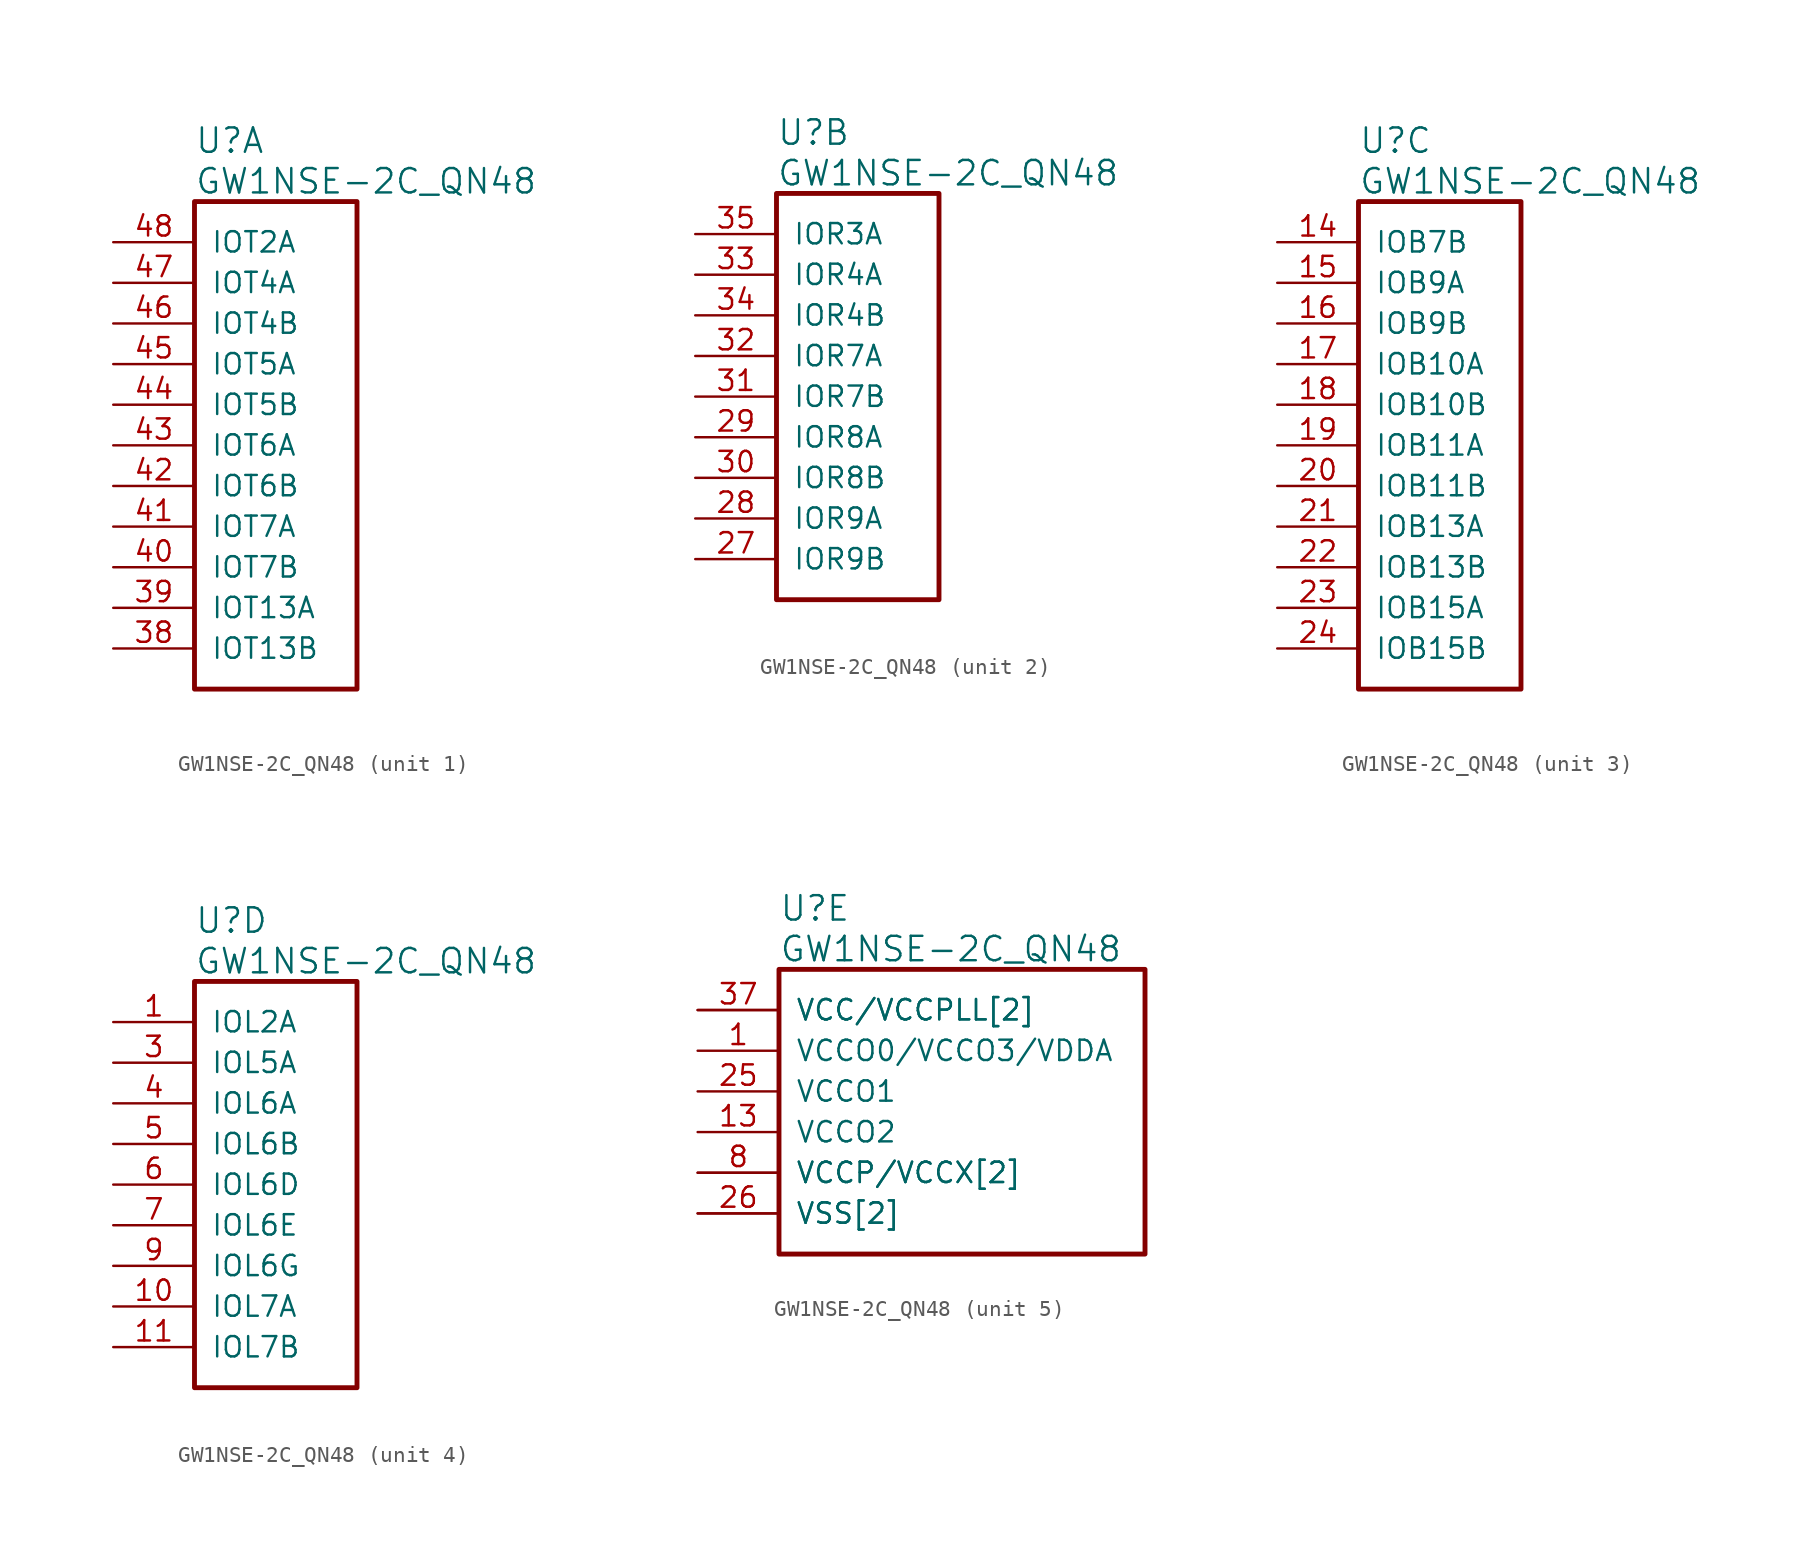
<source format=kicad_sym>
(kicad_symbol_lib
  (version 20220914)
  (generator kicad_symbol_editor)
  (symbol "GW1NSE-2C_QN48"
    (pin_names
      (offset 1.016))
    (property "Reference" "U"
      (at 5.08 6.35 0)
      (effects (font (size 1.524 1.524)) (justify left)))
    (property "Value" "GW1NSE-2C_QN48"
      (at 5.08 3.81 0)
      (effects (font (size 1.524 1.524)) (justify left)))
    (property "ki_locked" ""
      (at 0 0 0)
      (effects (font (size 1.27 1.27))))
    (symbol "GW1NSE-2C_QN48_1_1"
      (rectangle (start 5.08 2.54) (end 15.24 -27.94) (stroke (width 0.305) (type solid)) (fill (type none)))
      (pin bidirectional line (at 0 -25.4 0) (length 5.08) (name "IOT13B" (effects (font (size 1.27 1.27)))) (number "38" (effects (font (size 1.27 1.27)))))
      (pin bidirectional line (at 0 -22.86 0) (length 5.08) (name "IOT13A" (effects (font (size 1.27 1.27)))) (number "39" (effects (font (size 1.27 1.27)))))
      (pin bidirectional line (at 0 -20.32 0) (length 5.08) (name "IOT7B" (effects (font (size 1.27 1.27)))) (number "40" (effects (font (size 1.27 1.27)))))
      (pin bidirectional line (at 0 -17.78 0) (length 5.08) (name "IOT7A" (effects (font (size 1.27 1.27)))) (number "41" (effects (font (size 1.27 1.27)))))
      (pin bidirectional line (at 0 -15.24 0) (length 5.08) (name "IOT6B" (effects (font (size 1.27 1.27)))) (number "42" (effects (font (size 1.27 1.27)))))
      (pin bidirectional line (at 0 -12.7 0) (length 5.08) (name "IOT6A" (effects (font (size 1.27 1.27)))) (number "43" (effects (font (size 1.27 1.27)))))
      (pin bidirectional line (at 0 -10.16 0) (length 5.08) (name "IOT5B" (effects (font (size 1.27 1.27)))) (number "44" (effects (font (size 1.27 1.27)))))
      (pin bidirectional line (at 0 -7.62 0) (length 5.08) (name "IOT5A" (effects (font (size 1.27 1.27)))) (number "45" (effects (font (size 1.27 1.27)))))
      (pin bidirectional line (at 0 -5.08 0) (length 5.08) (name "IOT4B" (effects (font (size 1.27 1.27)))) (number "46" (effects (font (size 1.27 1.27)))))
      (pin bidirectional line (at 0 -2.54 0) (length 5.08) (name "IOT4A" (effects (font (size 1.27 1.27)))) (number "47" (effects (font (size 1.27 1.27)))))
      (pin bidirectional line (at 0 0 0) (length 5.08) (name "IOT2A" (effects (font (size 1.27 1.27)))) (number "48" (effects (font (size 1.27 1.27))))))
    (symbol "GW1NSE-2C_QN48_2_1"
      (rectangle (start 5.08 2.54) (end 15.24 -22.86) (stroke (width 0.305) (type solid)) (fill (type none)))
      (pin bidirectional line (at 0 -20.32 0) (length 5.08) (name "IOR9B" (effects (font (size 1.27 1.27)))) (number "27" (effects (font (size 1.27 1.27)))))
      (pin bidirectional line (at 0 -17.78 0) (length 5.08) (name "IOR9A" (effects (font (size 1.27 1.27)))) (number "28" (effects (font (size 1.27 1.27)))))
      (pin bidirectional line (at 0 -12.7 0) (length 5.08) (name "IOR8A" (effects (font (size 1.27 1.27)))) (number "29" (effects (font (size 1.27 1.27)))))
      (pin bidirectional line (at 0 -15.24 0) (length 5.08) (name "IOR8B" (effects (font (size 1.27 1.27)))) (number "30" (effects (font (size 1.27 1.27)))))
      (pin bidirectional line (at 0 -10.16 0) (length 5.08) (name "IOR7B" (effects (font (size 1.27 1.27)))) (number "31" (effects (font (size 1.27 1.27)))))
      (pin bidirectional line (at 0 -7.62 0) (length 5.08) (name "IOR7A" (effects (font (size 1.27 1.27)))) (number "32" (effects (font (size 1.27 1.27)))))
      (pin bidirectional line (at 0 -2.54 0) (length 5.08) (name "IOR4A" (effects (font (size 1.27 1.27)))) (number "33" (effects (font (size 1.27 1.27)))))
      (pin bidirectional line (at 0 -5.08 0) (length 5.08) (name "IOR4B" (effects (font (size 1.27 1.27)))) (number "34" (effects (font (size 1.27 1.27)))))
      (pin bidirectional line (at 0 0 0) (length 5.08) (name "IOR3A" (effects (font (size 1.27 1.27)))) (number "35" (effects (font (size 1.27 1.27))))))
    (symbol "GW1NSE-2C_QN48_3_1"
      (rectangle (start 5.08 2.54) (end 15.24 -27.94) (stroke (width 0.305) (type solid)) (fill (type none)))
      (pin bidirectional line (at 0 0 0) (length 5.08) (name "IOB7B" (effects (font (size 1.27 1.27)))) (number "14" (effects (font (size 1.27 1.27)))))
      (pin bidirectional line (at 0 -2.54 0) (length 5.08) (name "IOB9A" (effects (font (size 1.27 1.27)))) (number "15" (effects (font (size 1.27 1.27)))))
      (pin bidirectional line (at 0 -5.08 0) (length 5.08) (name "IOB9B" (effects (font (size 1.27 1.27)))) (number "16" (effects (font (size 1.27 1.27)))))
      (pin bidirectional line (at 0 -7.62 0) (length 5.08) (name "IOB10A" (effects (font (size 1.27 1.27)))) (number "17" (effects (font (size 1.27 1.27)))))
      (pin bidirectional line (at 0 -10.16 0) (length 5.08) (name "IOB10B" (effects (font (size 1.27 1.27)))) (number "18" (effects (font (size 1.27 1.27)))))
      (pin bidirectional line (at 0 -12.7 0) (length 5.08) (name "IOB11A" (effects (font (size 1.27 1.27)))) (number "19" (effects (font (size 1.27 1.27)))))
      (pin bidirectional line (at 0 -15.24 0) (length 5.08) (name "IOB11B" (effects (font (size 1.27 1.27)))) (number "20" (effects (font (size 1.27 1.27)))))
      (pin bidirectional line (at 0 -17.78 0) (length 5.08) (name "IOB13A" (effects (font (size 1.27 1.27)))) (number "21" (effects (font (size 1.27 1.27)))))
      (pin bidirectional line (at 0 -20.32 0) (length 5.08) (name "IOB13B" (effects (font (size 1.27 1.27)))) (number "22" (effects (font (size 1.27 1.27)))))
      (pin bidirectional line (at 0 -22.86 0) (length 5.08) (name "IOB15A" (effects (font (size 1.27 1.27)))) (number "23" (effects (font (size 1.27 1.27)))))
      (pin bidirectional line (at 0 -25.4 0) (length 5.08) (name "IOB15B" (effects (font (size 1.27 1.27)))) (number "24" (effects (font (size 1.27 1.27))))))
    (symbol "GW1NSE-2C_QN48_4_1"
      (rectangle (start 5.08 2.54) (end 15.24 -22.86) (stroke (width 0.305) (type solid)) (fill (type none)))
      (pin bidirectional line (at 0 0 0) (length 5.08) (name "IOL2A" (effects (font (size 1.27 1.27)))) (number "1" (effects (font (size 1.27 1.27)))))
      (pin bidirectional line (at 0 -17.78 0) (length 5.08) (name "IOL7A" (effects (font (size 1.27 1.27)))) (number "10" (effects (font (size 1.27 1.27)))))
      (pin bidirectional line (at 0 -20.32 0) (length 5.08) (name "IOL7B" (effects (font (size 1.27 1.27)))) (number "11" (effects (font (size 1.27 1.27)))))
      (pin bidirectional line (at 0 -2.54 0) (length 5.08) (name "IOL5A" (effects (font (size 1.27 1.27)))) (number "3" (effects (font (size 1.27 1.27)))))
      (pin bidirectional line (at 0 -5.08 0) (length 5.08) (name "IOL6A" (effects (font (size 1.27 1.27)))) (number "4" (effects (font (size 1.27 1.27)))))
      (pin bidirectional line (at 0 -7.62 0) (length 5.08) (name "IOL6B" (effects (font (size 1.27 1.27)))) (number "5" (effects (font (size 1.27 1.27)))))
      (pin bidirectional line (at 0 -10.16 0) (length 5.08) (name "IOL6D" (effects (font (size 1.27 1.27)))) (number "6" (effects (font (size 1.27 1.27)))))
      (pin bidirectional line (at 0 -12.7 0) (length 5.08) (name "IOL6E" (effects (font (size 1.27 1.27)))) (number "7" (effects (font (size 1.27 1.27)))))
      (pin bidirectional line (at 0 -15.24 0) (length 5.08) (name "IOL6G" (effects (font (size 1.27 1.27)))) (number "9" (effects (font (size 1.27 1.27))))))
    (symbol "GW1NSE-2C_QN48_5_1"
      (rectangle (start 5.08 2.54) (end 27.94 -15.24) (stroke (width 0.305) (type solid)) (fill (type none)))
      (pin power_in line (at 0 -2.54 0) (length 5.08) (name "VCCO0/VCCO3/VDDA" (effects (font (size 1.27 1.27)))) (number "1" (effects (font (size 1.27 1.27)))))
      (pin power_in line (at 0 0 0) (length 5.08) (name "VCC/VCCPLL[2]" (effects (font (size 1.27 1.27)))) (number "12" (effects (font (size 0 0)))))
      (pin power_in line (at 0 -7.62 0) (length 5.08) (name "VCCO2" (effects (font (size 1.27 1.27)))) (number "13" (effects (font (size 1.27 1.27)))))
      (pin power_in line (at 0 -12.7 0) (length 5.08) (name "VSS[2]" (effects (font (size 1.27 1.27)))) (number "2" (effects (font (size 0 0)))))
      (pin power_in line (at 0 -5.08 0) (length 5.08) (name "VCCO1" (effects (font (size 1.27 1.27)))) (number "25" (effects (font (size 1.27 1.27)))))
      (pin power_in line (at 0 -12.7 0) (length 5.08) (name "VSS[2]" (effects (font (size 1.27 1.27)))) (number "26" (effects (font (size 1.27 1.27)))))
      (pin power_in line (at 0 -10.16 0) (length 5.08) (name "VCCP/VCCX[2]" (effects (font (size 1.27 1.27)))) (number "36" (effects (font (size 0 0)))))
      (pin power_in line (at 0 0 0) (length 5.08) (name "VCC/VCCPLL[2]" (effects (font (size 1.27 1.27)))) (number "37" (effects (font (size 1.27 1.27)))))
      (pin power_in line (at 0 -10.16 0) (length 5.08) (name "VCCP/VCCX[2]" (effects (font (size 1.27 1.27)))) (number "8" (effects (font (size 1.27 1.27))))))))
</source>
